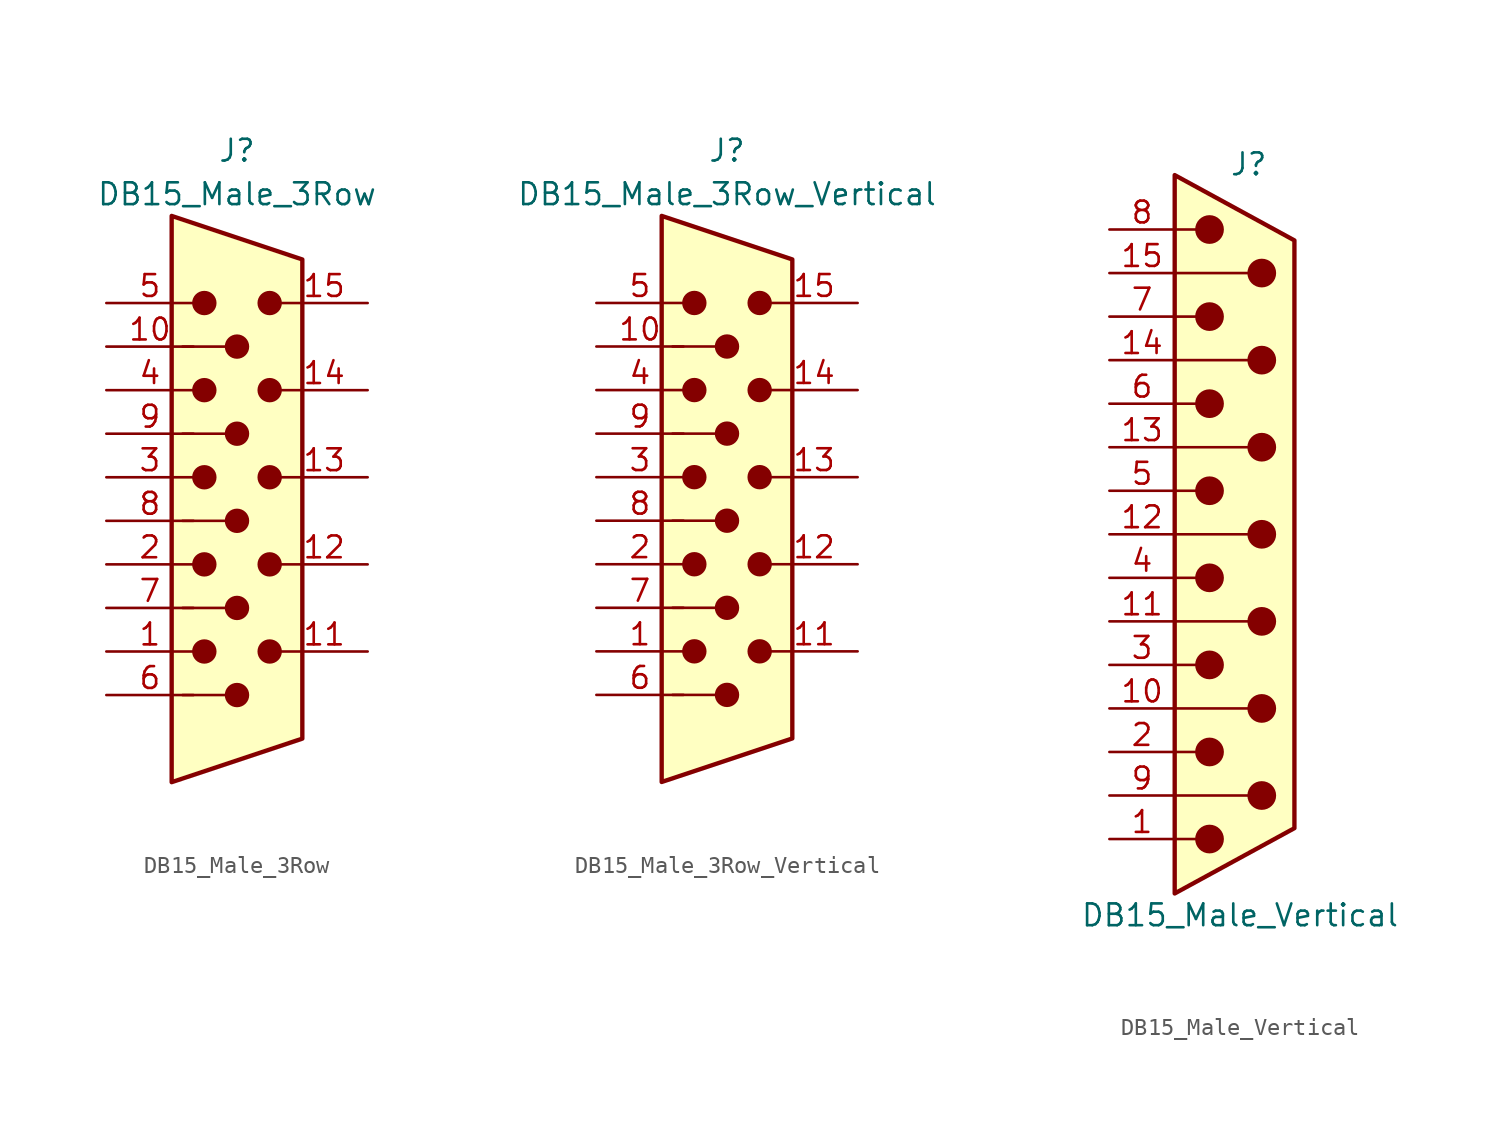
<source format=kicad_sym>
(kicad_symbol_lib
  (version 20211014)
  (generator kicad_symbol_editor)
  (symbol "DB15_Male_3Row"
    (pin_names
      (offset 1.016) hide)
    (property "Reference" "J"
      (at 0 21.59 0)
      (effects (font (size 1.27 1.27))))
    (property "Value" "DB15_Male_3Row"
      (at 0 19.05 0)
      (effects (font (size 1.27 1.27))))
    (symbol "DB15_Male_3Row_0_1"
      (circle (center -1.905 -7.62) (radius 0.635) (stroke (width 0) (type default) (color 0 0 0 0)) (fill (type outline)))
      (circle (center -1.905 -2.54) (radius 0.635) (stroke (width 0) (type default) (color 0 0 0 0)) (fill (type outline)))
      (circle (center -1.905 2.54) (radius 0.635) (stroke (width 0) (type default) (color 0 0 0 0)) (fill (type outline)))
      (circle (center -1.905 7.62) (radius 0.635) (stroke (width 0) (type default) (color 0 0 0 0)) (fill (type outline)))
      (circle (center -1.905 12.7) (radius 0.635) (stroke (width 0) (type default) (color 0 0 0 0)) (fill (type outline)))
      (circle (center 0 -10.16) (radius 0.635) (stroke (width 0) (type default) (color 0 0 0 0)) (fill (type outline)))
      (circle (center 0 -5.08) (radius 0.635) (stroke (width 0) (type default) (color 0 0 0 0)) (fill (type outline)))
      (polyline (pts (xy -3.175 -5.08) (xy -0.635 -5.08)) (stroke (width 0) (type default) (color 0 0 0 0)) (fill (type none)))
      (polyline (pts (xy -0.635 -10.16) (xy -3.175 -10.16)) (stroke (width 0) (type default) (color 0 0 0 0)) (fill (type none)))
      (polyline (pts (xy -0.635 0) (xy -3.175 0)) (stroke (width 0) (type default) (color 0 0 0 0)) (fill (type none)))
      (polyline (pts (xy -0.635 5.08) (xy -3.175 5.08)) (stroke (width 0) (type default) (color 0 0 0 0)) (fill (type none)))
      (polyline (pts (xy -0.635 10.16) (xy -3.175 10.16)) (stroke (width 0) (type default) (color 0 0 0 0)) (fill (type none)))
      (polyline (pts (xy -3.81 17.78) (xy -3.81 -15.24) (xy 3.81 -12.7) (xy 3.81 15.24) (xy -3.81 17.78)) (stroke (width 0.254) (type default) (color 0 0 0 0)) (fill (type background)))
      (circle (center 0 0) (radius 0.635) (stroke (width 0) (type default) (color 0 0 0 0)) (fill (type outline)))
      (circle (center 0 5.08) (radius 0.635) (stroke (width 0) (type default) (color 0 0 0 0)) (fill (type outline)))
      (circle (center 0 10.16) (radius 0.635) (stroke (width 0) (type default) (color 0 0 0 0)) (fill (type outline)))
      (circle (center 1.905 -7.62) (radius 0.635) (stroke (width 0) (type default) (color 0 0 0 0)) (fill (type outline)))
      (circle (center 1.905 -2.54) (radius 0.635) (stroke (width 0) (type default) (color 0 0 0 0)) (fill (type outline)))
      (circle (center 1.905 2.54) (radius 0.635) (stroke (width 0) (type default) (color 0 0 0 0)) (fill (type outline)))
      (circle (center 1.905 7.62) (radius 0.635) (stroke (width 0) (type default) (color 0 0 0 0)) (fill (type outline)))
      (circle (center 1.905 12.7) (radius 0.635) (stroke (width 0) (type default) (color 0 0 0 0)) (fill (type outline))))
    (symbol "DB15_Male_3Row_1_1"
      (pin passive line (at -7.62 -7.62 0) (length 5.08) (name "~" (effects (font (size 1.27 1.27)))) (number "1" (effects (font (size 1.27 1.27)))))
      (pin passive line (at -7.62 10.16 0) (length 5.08) (name "~" (effects (font (size 1.27 1.27)))) (number "10" (effects (font (size 1.27 1.27)))))
      (pin passive line (at 7.62 -7.62 180) (length 5.08) (name "~" (effects (font (size 1.27 1.27)))) (number "11" (effects (font (size 1.27 1.27)))))
      (pin passive line (at 7.62 -2.54 180) (length 5.08) (name "~" (effects (font (size 1.27 1.27)))) (number "12" (effects (font (size 1.27 1.27)))))
      (pin passive line (at 7.62 2.54 180) (length 5.08) (name "~" (effects (font (size 1.27 1.27)))) (number "13" (effects (font (size 1.27 1.27)))))
      (pin passive line (at 7.62 7.62 180) (length 5.08) (name "~" (effects (font (size 1.27 1.27)))) (number "14" (effects (font (size 1.27 1.27)))))
      (pin passive line (at 7.62 12.7 180) (length 5.08) (name "~" (effects (font (size 1.27 1.27)))) (number "15" (effects (font (size 1.27 1.27)))))
      (pin passive line (at -7.62 -2.54 0) (length 5.08) (name "~" (effects (font (size 1.27 1.27)))) (number "2" (effects (font (size 1.27 1.27)))))
      (pin passive line (at -7.62 2.54 0) (length 5.08) (name "~" (effects (font (size 1.27 1.27)))) (number "3" (effects (font (size 1.27 1.27)))))
      (pin passive line (at -7.62 7.62 0) (length 5.08) (name "~" (effects (font (size 1.27 1.27)))) (number "4" (effects (font (size 1.27 1.27)))))
      (pin passive line (at -7.62 12.7 0) (length 5.08) (name "~" (effects (font (size 1.27 1.27)))) (number "5" (effects (font (size 1.27 1.27)))))
      (pin passive line (at -7.62 -10.16 0) (length 5.08) (name "~" (effects (font (size 1.27 1.27)))) (number "6" (effects (font (size 1.27 1.27)))))
      (pin passive line (at -7.62 -5.08 0) (length 5.08) (name "~" (effects (font (size 1.27 1.27)))) (number "7" (effects (font (size 1.27 1.27)))))
      (pin passive line (at -7.62 0 0) (length 5.08) (name "~" (effects (font (size 1.27 1.27)))) (number "8" (effects (font (size 1.27 1.27)))))
      (pin passive line (at -7.62 5.08 0) (length 5.08) (name "~" (effects (font (size 1.27 1.27)))) (number "9" (effects (font (size 1.27 1.27)))))))
  (symbol "DB15_Male_3Row_Vertical"
    (pin_names
      (offset 1.016) hide)
    (property "Reference" "J"
      (at 0 21.59 0)
      (effects (font (size 1.27 1.27))))
    (property "Value" "DB15_Male_3Row_Vertical"
      (at 0 19.05 0)
      (effects (font (size 1.27 1.27))))
    (symbol "DB15_Male_3Row_Vertical_0_1"
      (circle (center -1.905 -7.62) (radius 0.635) (stroke (width 0) (type default) (color 0 0 0 0)) (fill (type outline)))
      (circle (center -1.905 -2.54) (radius 0.635) (stroke (width 0) (type default) (color 0 0 0 0)) (fill (type outline)))
      (circle (center -1.905 2.54) (radius 0.635) (stroke (width 0) (type default) (color 0 0 0 0)) (fill (type outline)))
      (circle (center -1.905 7.62) (radius 0.635) (stroke (width 0) (type default) (color 0 0 0 0)) (fill (type outline)))
      (circle (center -1.905 12.7) (radius 0.635) (stroke (width 0) (type default) (color 0 0 0 0)) (fill (type outline)))
      (circle (center 0 -10.16) (radius 0.635) (stroke (width 0) (type default) (color 0 0 0 0)) (fill (type outline)))
      (circle (center 0 -5.08) (radius 0.635) (stroke (width 0) (type default) (color 0 0 0 0)) (fill (type outline)))
      (polyline (pts (xy -3.175 -5.08) (xy -0.635 -5.08)) (stroke (width 0) (type default) (color 0 0 0 0)) (fill (type none)))
      (polyline (pts (xy -0.635 -10.16) (xy -3.175 -10.16)) (stroke (width 0) (type default) (color 0 0 0 0)) (fill (type none)))
      (polyline (pts (xy -0.635 0) (xy -3.175 0)) (stroke (width 0) (type default) (color 0 0 0 0)) (fill (type none)))
      (polyline (pts (xy -0.635 5.08) (xy -3.175 5.08)) (stroke (width 0) (type default) (color 0 0 0 0)) (fill (type none)))
      (polyline (pts (xy -0.635 10.16) (xy -3.175 10.16)) (stroke (width 0) (type default) (color 0 0 0 0)) (fill (type none)))
      (polyline (pts (xy -3.81 17.78) (xy -3.81 -15.24) (xy 3.81 -12.7) (xy 3.81 15.24) (xy -3.81 17.78)) (stroke (width 0.254) (type default) (color 0 0 0 0)) (fill (type background)))
      (circle (center 0 0) (radius 0.635) (stroke (width 0) (type default) (color 0 0 0 0)) (fill (type outline)))
      (circle (center 0 5.08) (radius 0.635) (stroke (width 0) (type default) (color 0 0 0 0)) (fill (type outline)))
      (circle (center 0 10.16) (radius 0.635) (stroke (width 0) (type default) (color 0 0 0 0)) (fill (type outline)))
      (circle (center 1.905 -7.62) (radius 0.635) (stroke (width 0) (type default) (color 0 0 0 0)) (fill (type outline)))
      (circle (center 1.905 -2.54) (radius 0.635) (stroke (width 0) (type default) (color 0 0 0 0)) (fill (type outline)))
      (circle (center 1.905 2.54) (radius 0.635) (stroke (width 0) (type default) (color 0 0 0 0)) (fill (type outline)))
      (circle (center 1.905 7.62) (radius 0.635) (stroke (width 0) (type default) (color 0 0 0 0)) (fill (type outline)))
      (circle (center 1.905 12.7) (radius 0.635) (stroke (width 0) (type default) (color 0 0 0 0)) (fill (type outline))))
    (symbol "DB15_Male_3Row_Vertical_1_1"
      (pin passive line (at -7.62 -7.62 0) (length 5.08) (name "~" (effects (font (size 1.27 1.27)))) (number "1" (effects (font (size 1.27 1.27)))))
      (pin passive line (at -7.62 10.16 0) (length 5.08) (name "~" (effects (font (size 1.27 1.27)))) (number "10" (effects (font (size 1.27 1.27)))))
      (pin passive line (at 7.62 -7.62 180) (length 5.08) (name "~" (effects (font (size 1.27 1.27)))) (number "11" (effects (font (size 1.27 1.27)))))
      (pin passive line (at 7.62 -2.54 180) (length 5.08) (name "~" (effects (font (size 1.27 1.27)))) (number "12" (effects (font (size 1.27 1.27)))))
      (pin passive line (at 7.62 2.54 180) (length 5.08) (name "~" (effects (font (size 1.27 1.27)))) (number "13" (effects (font (size 1.27 1.27)))))
      (pin passive line (at 7.62 7.62 180) (length 5.08) (name "~" (effects (font (size 1.27 1.27)))) (number "14" (effects (font (size 1.27 1.27)))))
      (pin passive line (at 7.62 12.7 180) (length 5.08) (name "~" (effects (font (size 1.27 1.27)))) (number "15" (effects (font (size 1.27 1.27)))))
      (pin passive line (at -7.62 -2.54 0) (length 5.08) (name "~" (effects (font (size 1.27 1.27)))) (number "2" (effects (font (size 1.27 1.27)))))
      (pin passive line (at -7.62 2.54 0) (length 5.08) (name "~" (effects (font (size 1.27 1.27)))) (number "3" (effects (font (size 1.27 1.27)))))
      (pin passive line (at -7.62 7.62 0) (length 5.08) (name "~" (effects (font (size 1.27 1.27)))) (number "4" (effects (font (size 1.27 1.27)))))
      (pin passive line (at -7.62 12.7 0) (length 5.08) (name "~" (effects (font (size 1.27 1.27)))) (number "5" (effects (font (size 1.27 1.27)))))
      (pin passive line (at -7.62 -10.16 0) (length 5.08) (name "~" (effects (font (size 1.27 1.27)))) (number "6" (effects (font (size 1.27 1.27)))))
      (pin passive line (at -7.62 -5.08 0) (length 5.08) (name "~" (effects (font (size 1.27 1.27)))) (number "7" (effects (font (size 1.27 1.27)))))
      (pin passive line (at -7.62 0 0) (length 5.08) (name "~" (effects (font (size 1.27 1.27)))) (number "8" (effects (font (size 1.27 1.27)))))
      (pin passive line (at -7.62 5.08 0) (length 5.08) (name "~" (effects (font (size 1.27 1.27)))) (number "9" (effects (font (size 1.27 1.27)))))))
  (symbol "DB15_Male_Vertical"
    (pin_names
      (offset 1.016) hide)
    (property "Reference" "J"
      (at 0.508 21.59 0)
      (effects (font (size 1.27 1.27))))
    (property "Value" "DB15_Male_Vertical"
      (at 0 -22.225 0)
      (effects (font (size 1.27 1.27))))
    (symbol "DB15_Male_Vertical_0_1"
      (circle (center -1.778 -17.78) (radius 0.762) (stroke (width 0) (type default) (color 0 0 0 0)) (fill (type outline)))
      (circle (center -1.778 -12.7) (radius 0.762) (stroke (width 0) (type default) (color 0 0 0 0)) (fill (type outline)))
      (circle (center -1.778 -7.62) (radius 0.762) (stroke (width 0) (type default) (color 0 0 0 0)) (fill (type outline)))
      (circle (center -1.778 -2.54) (radius 0.762) (stroke (width 0) (type default) (color 0 0 0 0)) (fill (type outline)))
      (circle (center -1.778 2.54) (radius 0.762) (stroke (width 0) (type default) (color 0 0 0 0)) (fill (type outline)))
      (circle (center -1.778 7.62) (radius 0.762) (stroke (width 0) (type default) (color 0 0 0 0)) (fill (type outline)))
      (circle (center -1.778 12.7) (radius 0.762) (stroke (width 0) (type default) (color 0 0 0 0)) (fill (type outline)))
      (circle (center -1.778 17.78) (radius 0.762) (stroke (width 0) (type default) (color 0 0 0 0)) (fill (type outline)))
      (polyline (pts (xy -3.81 -17.78) (xy -2.54 -17.78)) (stroke (width 0) (type default) (color 0 0 0 0)) (fill (type none)))
      (polyline (pts (xy -3.81 -15.24) (xy 0.508 -15.24)) (stroke (width 0) (type default) (color 0 0 0 0)) (fill (type none)))
      (polyline (pts (xy -3.81 -12.7) (xy -2.54 -12.7)) (stroke (width 0) (type default) (color 0 0 0 0)) (fill (type none)))
      (polyline (pts (xy -3.81 -10.16) (xy 0.508 -10.16)) (stroke (width 0) (type default) (color 0 0 0 0)) (fill (type none)))
      (polyline (pts (xy -3.81 -7.62) (xy -2.54 -7.62)) (stroke (width 0) (type default) (color 0 0 0 0)) (fill (type none)))
      (polyline (pts (xy -3.81 -5.08) (xy 0.508 -5.08)) (stroke (width 0) (type default) (color 0 0 0 0)) (fill (type none)))
      (polyline (pts (xy -3.81 -2.54) (xy -2.54 -2.54)) (stroke (width 0) (type default) (color 0 0 0 0)) (fill (type none)))
      (polyline (pts (xy -3.81 0) (xy 0.508 0)) (stroke (width 0) (type default) (color 0 0 0 0)) (fill (type none)))
      (polyline (pts (xy -3.81 2.54) (xy -2.54 2.54)) (stroke (width 0) (type default) (color 0 0 0 0)) (fill (type none)))
      (polyline (pts (xy -3.81 5.08) (xy 0.508 5.08)) (stroke (width 0) (type default) (color 0 0 0 0)) (fill (type none)))
      (polyline (pts (xy -3.81 7.62) (xy -2.54 7.62)) (stroke (width 0) (type default) (color 0 0 0 0)) (fill (type none)))
      (polyline (pts (xy -3.81 10.16) (xy 0.508 10.16)) (stroke (width 0) (type default) (color 0 0 0 0)) (fill (type none)))
      (polyline (pts (xy -3.81 12.7) (xy -2.54 12.7)) (stroke (width 0) (type default) (color 0 0 0 0)) (fill (type none)))
      (polyline (pts (xy -3.81 15.24) (xy 0.508 15.24)) (stroke (width 0) (type default) (color 0 0 0 0)) (fill (type none)))
      (polyline (pts (xy -3.81 17.78) (xy -2.54 17.78)) (stroke (width 0) (type default) (color 0 0 0 0)) (fill (type none)))
      (polyline (pts (xy -3.81 -20.955) (xy 3.175 -17.145) (xy 3.175 17.145) (xy -3.81 20.955) (xy -3.81 -20.955)) (stroke (width 0.254) (type default) (color 0 0 0 0)) (fill (type background)))
      (circle (center 1.27 -15.24) (radius 0.762) (stroke (width 0) (type default) (color 0 0 0 0)) (fill (type outline)))
      (circle (center 1.27 -10.16) (radius 0.762) (stroke (width 0) (type default) (color 0 0 0 0)) (fill (type outline)))
      (circle (center 1.27 -5.08) (radius 0.762) (stroke (width 0) (type default) (color 0 0 0 0)) (fill (type outline)))
      (circle (center 1.27 0) (radius 0.762) (stroke (width 0) (type default) (color 0 0 0 0)) (fill (type outline)))
      (circle (center 1.27 5.08) (radius 0.762) (stroke (width 0) (type default) (color 0 0 0 0)) (fill (type outline)))
      (circle (center 1.27 10.16) (radius 0.762) (stroke (width 0) (type default) (color 0 0 0 0)) (fill (type outline)))
      (circle (center 1.27 15.24) (radius 0.762) (stroke (width 0) (type default) (color 0 0 0 0)) (fill (type outline))))
    (symbol "DB15_Male_Vertical_1_1"
      (pin passive line (at -7.62 -17.78 0) (length 3.81) (name "1" (effects (font (size 1.27 1.27)))) (number "1" (effects (font (size 1.27 1.27)))))
      (pin passive line (at -7.62 -10.16 0) (length 3.81) (name "P10" (effects (font (size 1.27 1.27)))) (number "10" (effects (font (size 1.27 1.27)))))
      (pin passive line (at -7.62 -5.08 0) (length 3.81) (name "P111" (effects (font (size 1.27 1.27)))) (number "11" (effects (font (size 1.27 1.27)))))
      (pin passive line (at -7.62 0 0) (length 3.81) (name "P12" (effects (font (size 1.27 1.27)))) (number "12" (effects (font (size 1.27 1.27)))))
      (pin passive line (at -7.62 5.08 0) (length 3.81) (name "P13" (effects (font (size 1.27 1.27)))) (number "13" (effects (font (size 1.27 1.27)))))
      (pin passive line (at -7.62 10.16 0) (length 3.81) (name "P14" (effects (font (size 1.27 1.27)))) (number "14" (effects (font (size 1.27 1.27)))))
      (pin passive line (at -7.62 15.24 0) (length 3.81) (name "P15" (effects (font (size 1.27 1.27)))) (number "15" (effects (font (size 1.27 1.27)))))
      (pin passive line (at -7.62 -12.7 0) (length 3.81) (name "2" (effects (font (size 1.27 1.27)))) (number "2" (effects (font (size 1.27 1.27)))))
      (pin passive line (at -7.62 -7.62 0) (length 3.81) (name "3" (effects (font (size 1.27 1.27)))) (number "3" (effects (font (size 1.27 1.27)))))
      (pin passive line (at -7.62 -2.54 0) (length 3.81) (name "4" (effects (font (size 1.27 1.27)))) (number "4" (effects (font (size 1.27 1.27)))))
      (pin passive line (at -7.62 2.54 0) (length 3.81) (name "5" (effects (font (size 1.27 1.27)))) (number "5" (effects (font (size 1.27 1.27)))))
      (pin passive line (at -7.62 7.62 0) (length 3.81) (name "6" (effects (font (size 1.27 1.27)))) (number "6" (effects (font (size 1.27 1.27)))))
      (pin passive line (at -7.62 12.7 0) (length 3.81) (name "7" (effects (font (size 1.27 1.27)))) (number "7" (effects (font (size 1.27 1.27)))))
      (pin passive line (at -7.62 17.78 0) (length 3.81) (name "8" (effects (font (size 1.27 1.27)))) (number "8" (effects (font (size 1.27 1.27)))))
      (pin passive line (at -7.62 -15.24 0) (length 3.81) (name "P9" (effects (font (size 1.27 1.27)))) (number "9" (effects (font (size 1.27 1.27))))))))
</source>
